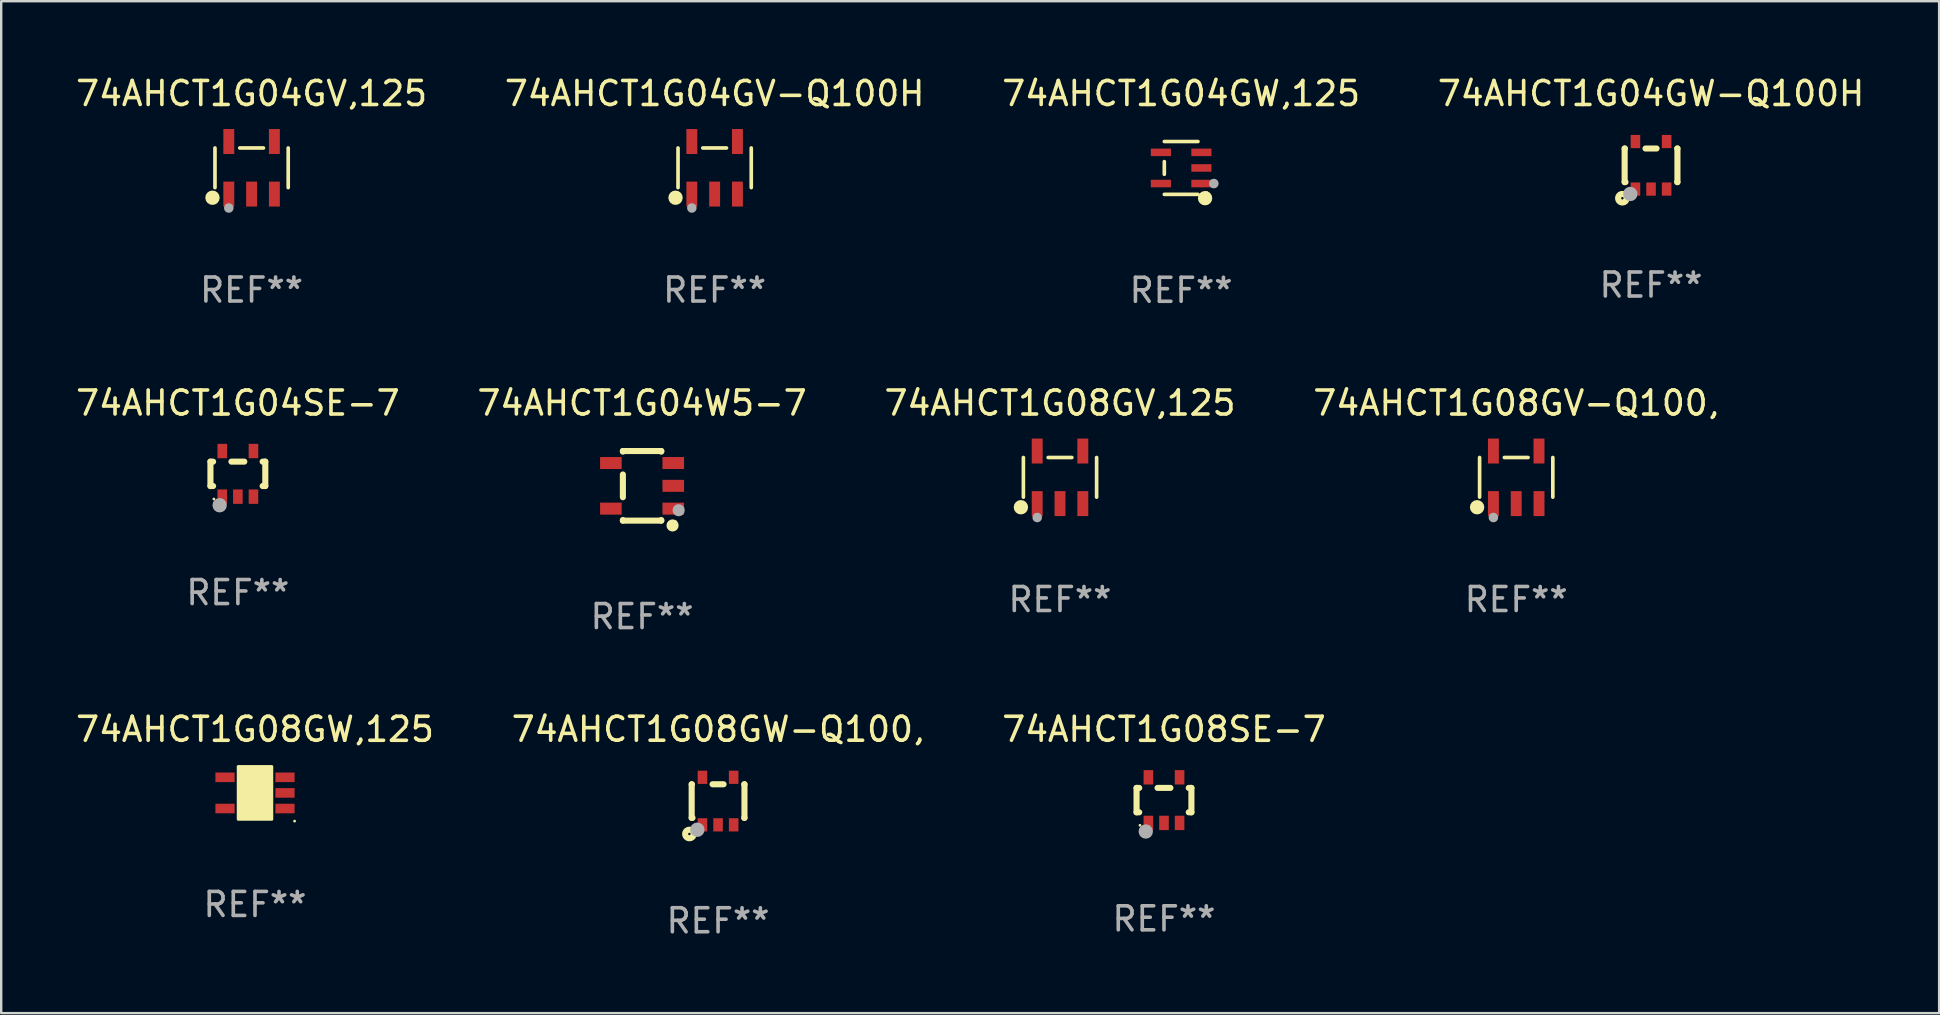
<source format=kicad_pcb>
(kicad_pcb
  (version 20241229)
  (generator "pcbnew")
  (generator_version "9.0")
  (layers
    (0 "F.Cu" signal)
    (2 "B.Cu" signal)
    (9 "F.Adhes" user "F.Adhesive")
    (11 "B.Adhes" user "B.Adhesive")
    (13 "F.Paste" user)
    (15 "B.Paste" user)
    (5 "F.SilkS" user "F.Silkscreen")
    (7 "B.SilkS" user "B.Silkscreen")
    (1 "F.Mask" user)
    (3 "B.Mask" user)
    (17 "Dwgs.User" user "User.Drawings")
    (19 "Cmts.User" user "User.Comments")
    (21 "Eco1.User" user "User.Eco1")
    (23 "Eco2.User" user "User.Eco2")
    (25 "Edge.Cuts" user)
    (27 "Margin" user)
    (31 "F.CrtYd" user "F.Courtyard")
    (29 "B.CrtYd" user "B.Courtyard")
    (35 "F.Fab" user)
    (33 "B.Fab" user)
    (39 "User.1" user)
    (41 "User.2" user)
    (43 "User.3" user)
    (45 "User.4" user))
  (footprint "74AHCT1G08GV,125"
    (layer "F.Cu")
    (at 41.125 16.842)
    (property "Reference" "74AHCT1G08GV,125" (at 0 -3.095 0) (layer "F.SilkS") (effects (font (size 1 1) (thickness 0.15))))
    (attr through_hole)
    (fp_line (start -1.526 0.826) (end -1.526 -0.826) (stroke (width 0.152) (type solid)) (layer "F.SilkS"))
    (fp_line (start 0.494 -0.826) (end -0.494 -0.826) (stroke (width 0.152) (type solid)) (layer "F.SilkS"))
    (fp_line (start 1.526 0.826) (end 1.526 -0.826) (stroke (width 0.152) (type solid)) (layer "F.SilkS"))
    (fp_circle (center -1.63 1.247) (end -1.48 1.247) (stroke (width 0.3) (type solid)) (fill no) (layer "F.SilkS"))
    (fp_circle (center -1.45 1.375) (end -1.42 1.375) (stroke (width 0.06) (type solid)) (fill no) (layer "F.SilkS"))
    (fp_circle (center -0.95 1.675) (end -0.85 1.675) (stroke (width 0.2) (type solid)) (fill no) (layer "F.Fab"))
    (fp_text user "REF**" (at 0 5.095 0) (layer "F.Fab") (effects (font (size 1 1) (thickness 0.15))))
    (pad "1" smd rect (at -0.95 1.095) (size 0.455 1.04) (layers "F.Cu" "F.Mask" "F.Paste"))
    (pad "2" smd rect (at 0 1.095) (size 0.455 1.04) (layers "F.Cu" "F.Mask" "F.Paste"))
    (pad "3" smd rect (at 0.95 1.095) (size 0.455 1.04) (layers "F.Cu" "F.Mask" "F.Paste"))
    (pad "4" smd rect (at 0.95 -1.095) (size 0.455 1.04) (layers "F.Cu" "F.Mask" "F.Paste"))
    (pad "5" smd rect (at -0.95 -1.095) (size 0.455 1.04) (layers "F.Cu" "F.Mask" "F.Paste")))
  (footprint "74AHCT1G04W5-7"
    (layer "F.Cu")
    (at 23.708 17.197)
    (property "Reference" "74AHCT1G04W5-7" (at 0 -3.45 0) (layer "F.SilkS") (effects (font (size 1 1) (thickness 0.15))))
    (attr through_hole)
    (fp_line (start -0.8 -1.45) (end -0.8 -1.426) (stroke (width 0.254) (type solid)) (layer "F.SilkS"))
    (fp_line (start -0.8 -0.474) (end -0.8 0.474) (stroke (width 0.254) (type solid)) (layer "F.SilkS"))
    (fp_line (start -0.8 1.426) (end -0.8 1.45) (stroke (width 0.254) (type solid)) (layer "F.SilkS"))
    (fp_line (start 0.8 -1.45) (end -0.8 -1.45) (stroke (width 0.254) (type solid)) (layer "F.SilkS"))
    (fp_line (start 0.8 -1.426) (end 0.8 -1.45) (stroke (width 0.254) (type solid)) (layer "F.SilkS"))
    (fp_line (start 0.8 1.45) (end -0.8 1.45) (stroke (width 0.254) (type solid)) (layer "F.SilkS"))
    (fp_line (start 0.8 1.45) (end 0.8 1.426) (stroke (width 0.254) (type solid)) (layer "F.SilkS"))
    (fp_circle (center 1.27 1.651) (end 1.397 1.651) (stroke (width 0.254) (type solid)) (fill no) (layer "F.SilkS"))
    (fp_circle (center 1.4 1.5) (end 1.43 1.5) (stroke (width 0.06) (type solid)) (fill no) (layer "F.SilkS"))
    (fp_circle (center 1.524 1.016) (end 1.651 1.016) (stroke (width 0.254) (type solid)) (fill no) (layer "F.Fab"))
    (fp_text user "REF**" (at 0 5.45 0) (layer "F.Fab") (effects (font (size 1 1) (thickness 0.15))))
    (pad "1" smd rect (at 1.3 0.95 90) (size 0.5 0.9) (layers "F.Cu" "F.Mask" "F.Paste"))
    (pad "2" smd rect (at 1.3 0.000051 90) (size 0.5 0.9) (layers "F.Cu" "F.Mask" "F.Paste"))
    (pad "3" smd rect (at 1.3 -0.95 90) (size 0.5 0.9) (layers "F.Cu" "F.Mask" "F.Paste"))
    (pad "4" smd rect (at -1.3 -0.95 90) (size 0.5 0.9) (layers "F.Cu" "F.Mask" "F.Paste"))
    (pad "5" smd rect (at -1.3 0.95 90) (size 0.5 0.9) (layers "F.Cu" "F.Mask" "F.Paste")))
  (footprint "74AHCT1G08SE-7"
    (layer "F.Cu")
    (at 45.458 30.294)
    (property "Reference" "74AHCT1G08SE-7" (at 0 -2.95 0) (layer "F.SilkS") (effects (font (size 1 1) (thickness 0.15))))
    (attr through_hole)
    (fp_line (start -1.143 -0.508) (end -1.032 -0.508) (stroke (width 0.254) (type solid)) (layer "F.SilkS"))
    (fp_line (start -1.143 0.508) (end -1.143 -0.508) (stroke (width 0.254) (type solid)) (layer "F.SilkS"))
    (fp_line (start -1.032 0.508) (end -1.143 0.508) (stroke (width 0.254) (type solid)) (layer "F.SilkS"))
    (fp_line (start -0.268 -0.508) (end 0.268 -0.508) (stroke (width 0.254) (type solid)) (layer "F.SilkS"))
    (fp_line (start 1.032 -0.508) (end 1.143 -0.508) (stroke (width 0.254) (type solid)) (layer "F.SilkS"))
    (fp_line (start 1.143 -0.508) (end 1.143 0.508) (stroke (width 0.254) (type solid)) (layer "F.SilkS"))
    (fp_line (start 1.143 0.508) (end 1.032 0.508) (stroke (width 0.254) (type solid)) (layer "F.SilkS"))
    (fp_circle (center -1 1.05) (end -0.97 1.05) (stroke (width 0.06) (type solid)) (fill no) (layer "F.SilkS"))
    (fp_circle (center -0.759 1.309) (end -0.609 1.309) (stroke (width 0.3) (type solid)) (fill no) (layer "F.Fab"))
    (fp_text user "REF**" (at 0 4.95 0) (layer "F.Fab") (effects (font (size 1 1) (thickness 0.15))))
    (pad "1" smd rect (at -0.65 0.95 180) (size 0.4 0.6) (layers "F.Cu" "F.Mask" "F.Paste"))
    (pad "2" smd rect (at 0 0.95 180) (size 0.4 0.6) (layers "F.Cu" "F.Mask" "F.Paste"))
    (pad "3" smd rect (at 0.65 0.95 180) (size 0.4 0.6) (layers "F.Cu" "F.Mask" "F.Paste"))
    (pad "4" smd rect (at 0.65 -0.95 180) (size 0.4 0.6) (layers "F.Cu" "F.Mask" "F.Paste"))
    (pad "5" smd rect (at -0.65 -0.95 180) (size 0.4 0.6) (layers "F.Cu" "F.Mask" "F.Paste")))
  (footprint "74AHCT1G04GV,125"
    (layer "F.Cu")
    (at 7.435 3.943)
    (property "Reference" "74AHCT1G04GV,125" (at 0 -3.095 0) (layer "F.SilkS") (effects (font (size 1 1) (thickness 0.15))))
    (attr through_hole)
    (fp_line (start -1.526 0.826) (end -1.526 -0.826) (stroke (width 0.152) (type solid)) (layer "F.SilkS"))
    (fp_line (start 0.494 -0.826) (end -0.494 -0.826) (stroke (width 0.152) (type solid)) (layer "F.SilkS"))
    (fp_line (start 1.526 0.826) (end 1.526 -0.826) (stroke (width 0.152) (type solid)) (layer "F.SilkS"))
    (fp_circle (center -1.63 1.247) (end -1.48 1.247) (stroke (width 0.3) (type solid)) (fill no) (layer "F.SilkS"))
    (fp_circle (center -1.45 1.375) (end -1.42 1.375) (stroke (width 0.06) (type solid)) (fill no) (layer "F.SilkS"))
    (fp_circle (center -0.95 1.675) (end -0.85 1.675) (stroke (width 0.2) (type solid)) (fill no) (layer "F.Fab"))
    (fp_text user "REF**" (at 0 5.095 0) (layer "F.Fab") (effects (font (size 1 1) (thickness 0.15))))
    (pad "1" smd rect (at -0.95 1.095) (size 0.455 1.04) (layers "F.Cu" "F.Mask" "F.Paste"))
    (pad "2" smd rect (at 0 1.095) (size 0.455 1.04) (layers "F.Cu" "F.Mask" "F.Paste"))
    (pad "3" smd rect (at 0.95 1.095) (size 0.455 1.04) (layers "F.Cu" "F.Mask" "F.Paste"))
    (pad "4" smd rect (at 0.95 -1.095) (size 0.455 1.04) (layers "F.Cu" "F.Mask" "F.Paste"))
    (pad "5" smd rect (at -0.95 -1.095) (size 0.455 1.04) (layers "F.Cu" "F.Mask" "F.Paste")))
  (footprint "74AHCT1G04GV-Q100H"
    (layer "F.Cu")
    (at 26.732 3.943)
    (property "Reference" "74AHCT1G04GV-Q100H" (at 0 -3.095 0) (layer "F.SilkS") (effects (font (size 1 1) (thickness 0.15))))
    (attr through_hole)
    (fp_line (start -1.526 0.826) (end -1.526 -0.826) (stroke (width 0.152) (type solid)) (layer "F.SilkS"))
    (fp_line (start 0.494 -0.826) (end -0.494 -0.826) (stroke (width 0.152) (type solid)) (layer "F.SilkS"))
    (fp_line (start 1.526 0.826) (end 1.526 -0.826) (stroke (width 0.152) (type solid)) (layer "F.SilkS"))
    (fp_circle (center -1.63 1.247) (end -1.48 1.247) (stroke (width 0.3) (type solid)) (fill no) (layer "F.SilkS"))
    (fp_circle (center -1.45 1.375) (end -1.42 1.375) (stroke (width 0.06) (type solid)) (fill no) (layer "F.SilkS"))
    (fp_circle (center -0.95 1.675) (end -0.85 1.675) (stroke (width 0.2) (type solid)) (fill no) (layer "F.Fab"))
    (fp_text user "REF**" (at 0 5.095 0) (layer "F.Fab") (effects (font (size 1 1) (thickness 0.15))))
    (pad "1" smd rect (at -0.95 1.095) (size 0.455 1.04) (layers "F.Cu" "F.Mask" "F.Paste"))
    (pad "2" smd rect (at 0 1.095) (size 0.455 1.04) (layers "F.Cu" "F.Mask" "F.Paste"))
    (pad "3" smd rect (at 0.95 1.095) (size 0.455 1.04) (layers "F.Cu" "F.Mask" "F.Paste"))
    (pad "4" smd rect (at 0.95 -1.095) (size 0.455 1.04) (layers "F.Cu" "F.Mask" "F.Paste"))
    (pad "5" smd rect (at -0.95 -1.095) (size 0.455 1.04) (layers "F.Cu" "F.Mask" "F.Paste")))
  (footprint "74AHCT1G04GW-Q100H"
    (layer "F.Cu")
    (at 65.756 3.839)
    (property "Reference" "74AHCT1G04GW-Q100H" (at 0 -2.991 0) (layer "F.SilkS") (effects (font (size 1 1) (thickness 0.15))))
    (attr through_hole)
    (fp_line (start -1.1 -0.7) (end -1.1 0.7) (stroke (width 0.254) (type solid)) (layer "F.SilkS"))
    (fp_line (start -1.1 -0.7) (end -1.09 -0.7) (stroke (width 0.254) (type solid)) (layer "F.SilkS"))
    (fp_line (start -1.1 0.7) (end -1.065 0.7) (stroke (width 0.254) (type solid)) (layer "F.SilkS"))
    (fp_line (start -0.23 -0.7) (end 0.23 -0.7) (stroke (width 0.254) (type solid)) (layer "F.SilkS"))
    (fp_line (start 1.09 -0.7) (end 1.1 -0.7) (stroke (width 0.254) (type solid)) (layer "F.SilkS"))
    (fp_line (start 1.09 0.7) (end 1.1 0.7) (stroke (width 0.254) (type solid)) (layer "F.SilkS"))
    (fp_line (start 1.1 -0.7) (end 1.1 0.7) (stroke (width 0.254) (type solid)) (layer "F.SilkS"))
    (fp_circle (center -1.194 1.372) (end -1.143 1.372) (stroke (width 0.254) (type solid)) (fill no) (layer "F.SilkS"))
    (fp_circle (center -1.05 1.063) (end -1.02 1.063) (stroke (width 0.06) (type solid)) (fill no) (layer "F.SilkS"))
    (fp_circle (center -0.864 1.194) (end -0.713 1.194) (stroke (width 0.3) (type solid)) (fill no) (layer "F.Fab"))
    (fp_text user "REF**" (at 0 4.991 0) (layer "F.Fab") (effects (font (size 1 1) (thickness 0.15))))
    (pad "1" smd rect (at -0.65 0.991 180) (size 0.399 0.551) (layers "F.Cu" "F.Mask" "F.Paste"))
    (pad "2" smd rect (at 0 0.991 180) (size 0.399 0.551) (layers "F.Cu" "F.Mask" "F.Paste"))
    (pad "3" smd rect (at 0.65 0.991 180) (size 0.399 0.551) (layers "F.Cu" "F.Mask" "F.Paste"))
    (pad "4" smd rect (at 0.65 -0.991 180) (size 0.399 0.551) (layers "F.Cu" "F.Mask" "F.Paste"))
    (pad "5" smd rect (at -0.65 -0.991 180) (size 0.399 0.551) (layers "F.Cu" "F.Mask" "F.Paste")))
  (footprint "74AHCT1G04SE-7"
    (layer "F.Cu")
    (at 6.863 16.697)
    (property "Reference" "74AHCT1G04SE-7" (at 0 -2.95 0) (layer "F.SilkS") (effects (font (size 1 1) (thickness 0.15))))
    (attr through_hole)
    (fp_line (start -1.143 -0.508) (end -1.032 -0.508) (stroke (width 0.254) (type solid)) (layer "F.SilkS"))
    (fp_line (start -1.143 0.508) (end -1.143 -0.508) (stroke (width 0.254) (type solid)) (layer "F.SilkS"))
    (fp_line (start -1.032 0.508) (end -1.143 0.508) (stroke (width 0.254) (type solid)) (layer "F.SilkS"))
    (fp_line (start -0.268 -0.508) (end 0.268 -0.508) (stroke (width 0.254) (type solid)) (layer "F.SilkS"))
    (fp_line (start 1.032 -0.508) (end 1.143 -0.508) (stroke (width 0.254) (type solid)) (layer "F.SilkS"))
    (fp_line (start 1.143 -0.508) (end 1.143 0.508) (stroke (width 0.254) (type solid)) (layer "F.SilkS"))
    (fp_line (start 1.143 0.508) (end 1.032 0.508) (stroke (width 0.254) (type solid)) (layer "F.SilkS"))
    (fp_circle (center -1 1.05) (end -0.97 1.05) (stroke (width 0.06) (type solid)) (fill no) (layer "F.SilkS"))
    (fp_circle (center -0.759 1.309) (end -0.609 1.309) (stroke (width 0.3) (type solid)) (fill no) (layer "F.Fab"))
    (fp_text user "REF**" (at 0 4.95 0) (layer "F.Fab") (effects (font (size 1 1) (thickness 0.15))))
    (pad "1" smd rect (at -0.65 0.95 180) (size 0.4 0.6) (layers "F.Cu" "F.Mask" "F.Paste"))
    (pad "2" smd rect (at 0 0.95 180) (size 0.4 0.6) (layers "F.Cu" "F.Mask" "F.Paste"))
    (pad "3" smd rect (at 0.65 0.95 180) (size 0.4 0.6) (layers "F.Cu" "F.Mask" "F.Paste"))
    (pad "4" smd rect (at 0.65 -0.95 180) (size 0.4 0.6) (layers "F.Cu" "F.Mask" "F.Paste"))
    (pad "5" smd rect (at -0.65 -0.95 180) (size 0.4 0.6) (layers "F.Cu" "F.Mask" "F.Paste")))
  (footprint "74AHCT1G08GV-Q100,"
    (layer "F.Cu")
    (at 60.137 16.842)
    (property "Reference" "74AHCT1G08GV-Q100," (at 0 -3.095 0) (layer "F.SilkS") (effects (font (size 1 1) (thickness 0.15))))
    (attr through_hole)
    (fp_line (start -1.526 0.826) (end -1.526 -0.826) (stroke (width 0.152) (type solid)) (layer "F.SilkS"))
    (fp_line (start 0.494 -0.826) (end -0.494 -0.826) (stroke (width 0.152) (type solid)) (layer "F.SilkS"))
    (fp_line (start 1.526 0.826) (end 1.526 -0.826) (stroke (width 0.152) (type solid)) (layer "F.SilkS"))
    (fp_circle (center -1.63 1.247) (end -1.48 1.247) (stroke (width 0.3) (type solid)) (fill no) (layer "F.SilkS"))
    (fp_circle (center -1.45 1.375) (end -1.42 1.375) (stroke (width 0.06) (type solid)) (fill no) (layer "F.SilkS"))
    (fp_circle (center -0.95 1.675) (end -0.85 1.675) (stroke (width 0.2) (type solid)) (fill no) (layer "F.Fab"))
    (fp_text user "REF**" (at 0 5.095 0) (layer "F.Fab") (effects (font (size 1 1) (thickness 0.15))))
    (pad "1" smd rect (at -0.95 1.095) (size 0.455 1.04) (layers "F.Cu" "F.Mask" "F.Paste"))
    (pad "2" smd rect (at 0 1.095) (size 0.455 1.04) (layers "F.Cu" "F.Mask" "F.Paste"))
    (pad "3" smd rect (at 0.95 1.095) (size 0.455 1.04) (layers "F.Cu" "F.Mask" "F.Paste"))
    (pad "4" smd rect (at 0.95 -1.095) (size 0.455 1.04) (layers "F.Cu" "F.Mask" "F.Paste"))
    (pad "5" smd rect (at -0.95 -1.095) (size 0.455 1.04) (layers "F.Cu" "F.Mask" "F.Paste")))
  (footprint "74AHCT1G04GW,125"
    (layer "F.Cu")
    (at 46.173 3.949)
    (property "Reference" "74AHCT1G04GW,125" (at 0 -3.101 0) (layer "F.SilkS") (effects (font (size 1 1) (thickness 0.15))))
    (attr through_hole)
    (fp_line (start -0.701 -0.264) (end -0.701 0.264) (stroke (width 0.152) (type solid)) (layer "F.SilkS"))
    (fp_line (start 0.701 -1.101) (end -0.701 -1.101) (stroke (width 0.152) (type solid)) (layer "F.SilkS"))
    (fp_line (start 0.701 1.101) (end -0.701 1.101) (stroke (width 0.152) (type solid)) (layer "F.SilkS"))
    (fp_circle (center 0.997 1.26) (end 1.147 1.26) (stroke (width 0.3) (type solid)) (fill no) (layer "F.SilkS"))
    (fp_circle (center 1.063 1.025) (end 1.093 1.025) (stroke (width 0.06) (type solid)) (fill no) (layer "F.SilkS"))
    (fp_circle (center 1.362 0.65) (end 1.463 0.65) (stroke (width 0.2) (type solid)) (fill no) (layer "F.Fab"))
    (fp_text user "REF**" (at 0 5.101 0) (layer "F.Fab") (effects (font (size 1 1) (thickness 0.15))))
    (pad "1" smd rect (at 0.844 0.65) (size 0.839 0.315) (layers "F.Cu" "F.Mask" "F.Paste"))
    (pad "2" smd rect (at 0.844 0) (size 0.839 0.315) (layers "F.Cu" "F.Mask" "F.Paste"))
    (pad "3" smd rect (at 0.844 -0.65) (size 0.839 0.315) (layers "F.Cu" "F.Mask" "F.Paste"))
    (pad "4" smd rect (at -0.844 -0.65) (size 0.839 0.315) (layers "F.Cu" "F.Mask" "F.Paste"))
    (pad "5" smd rect (at -0.844 0.65) (size 0.839 0.315) (layers "F.Cu" "F.Mask" "F.Paste")))
  (footprint "74AHCT1G08GW-Q100,"
    (layer "F.Cu")
    (at 26.875 30.334)
    (property "Reference" "74AHCT1G08GW-Q100," (at 0 -2.991 0) (layer "F.SilkS") (effects (font (size 1 1) (thickness 0.15))))
    (attr through_hole)
    (fp_line (start -1.1 -0.7) (end -1.1 0.7) (stroke (width 0.254) (type solid)) (layer "F.SilkS"))
    (fp_line (start -1.1 -0.7) (end -1.09 -0.7) (stroke (width 0.254) (type solid)) (layer "F.SilkS"))
    (fp_line (start -1.1 0.7) (end -1.065 0.7) (stroke (width 0.254) (type solid)) (layer "F.SilkS"))
    (fp_line (start -0.23 -0.7) (end 0.23 -0.7) (stroke (width 0.254) (type solid)) (layer "F.SilkS"))
    (fp_line (start 1.09 -0.7) (end 1.1 -0.7) (stroke (width 0.254) (type solid)) (layer "F.SilkS"))
    (fp_line (start 1.09 0.7) (end 1.1 0.7) (stroke (width 0.254) (type solid)) (layer "F.SilkS"))
    (fp_line (start 1.1 -0.7) (end 1.1 0.7) (stroke (width 0.254) (type solid)) (layer "F.SilkS"))
    (fp_circle (center -1.194 1.372) (end -1.143 1.372) (stroke (width 0.254) (type solid)) (fill no) (layer "F.SilkS"))
    (fp_circle (center -1.05 1.063) (end -1.02 1.063) (stroke (width 0.06) (type solid)) (fill no) (layer "F.SilkS"))
    (fp_circle (center -0.864 1.194) (end -0.713 1.194) (stroke (width 0.3) (type solid)) (fill no) (layer "F.Fab"))
    (fp_text user "REF**" (at 0 4.991 0) (layer "F.Fab") (effects (font (size 1 1) (thickness 0.15))))
    (pad "1" smd rect (at -0.65 0.991 180) (size 0.399 0.551) (layers "F.Cu" "F.Mask" "F.Paste"))
    (pad "2" smd rect (at 0 0.991 180) (size 0.399 0.551) (layers "F.Cu" "F.Mask" "F.Paste"))
    (pad "3" smd rect (at 0.65 0.991 180) (size 0.399 0.551) (layers "F.Cu" "F.Mask" "F.Paste"))
    (pad "4" smd rect (at 0.65 -0.991 180) (size 0.399 0.551) (layers "F.Cu" "F.Mask" "F.Paste"))
    (pad "5" smd rect (at -0.65 -0.991 180) (size 0.399 0.551) (layers "F.Cu" "F.Mask" "F.Paste")))
  (footprint "74AHCT1G08GW,125"
    (layer "F.Cu")
    (at 7.577 29.994)
    (property "Reference" "74AHCT1G08GW,125" (at 0 -2.65 0) (layer "F.SilkS") (effects (font (size 1 1) (thickness 0.15))))
    (attr through_hole)
    (fp_arc (start 0.381001 0.637541) (mid 0.380995 0.636271) (end 0.381001 0.635001) (stroke (width 0.24892) (type solid)) (layer "F.SilkS"))
    (fp_circle (center 1.65 1.175) (end 1.68 1.175) (stroke (width 0.06) (type solid)) (fill no) (layer "F.SilkS"))
    (fp_poly (pts (xy -0.7 -1.1) (xy 0.7 -1.1) (xy 0.7 1.1) (xy -0.7 1.1)) (stroke (width 0.12) (type solid)) (fill yes) (layer "F.SilkS"))
    (fp_text user "REF**" (at 0 4.65 0) (layer "F.Fab") (effects (font (size 1 1) (thickness 0.15))))
    (pad "1" smd rect (at 1.25 0.65 270) (size 0.4 0.8) (layers "F.Cu" "F.Mask" "F.Paste"))
    (pad "2" smd rect (at 1.25 0 270) (size 0.4 0.8) (layers "F.Cu" "F.Mask" "F.Paste"))
    (pad "3" smd rect (at 1.25 -0.65 270) (size 0.4 0.8) (layers "F.Cu" "F.Mask" "F.Paste"))
    (pad "4" smd rect (at -1.25 -0.65 270) (size 0.4 0.8) (layers "F.Cu" "F.Mask" "F.Paste"))
    (pad "5" smd rect (at -1.25 0.65 270) (size 0.4 0.8) (layers "F.Cu" "F.Mask" "F.Paste")))
  (gr_rect
    (start -3 -3)
    (end 77.762 39.173)
    (stroke (width 0.1) (type default))
    (fill no)
    (layer "Edge.Cuts")))
</source>
